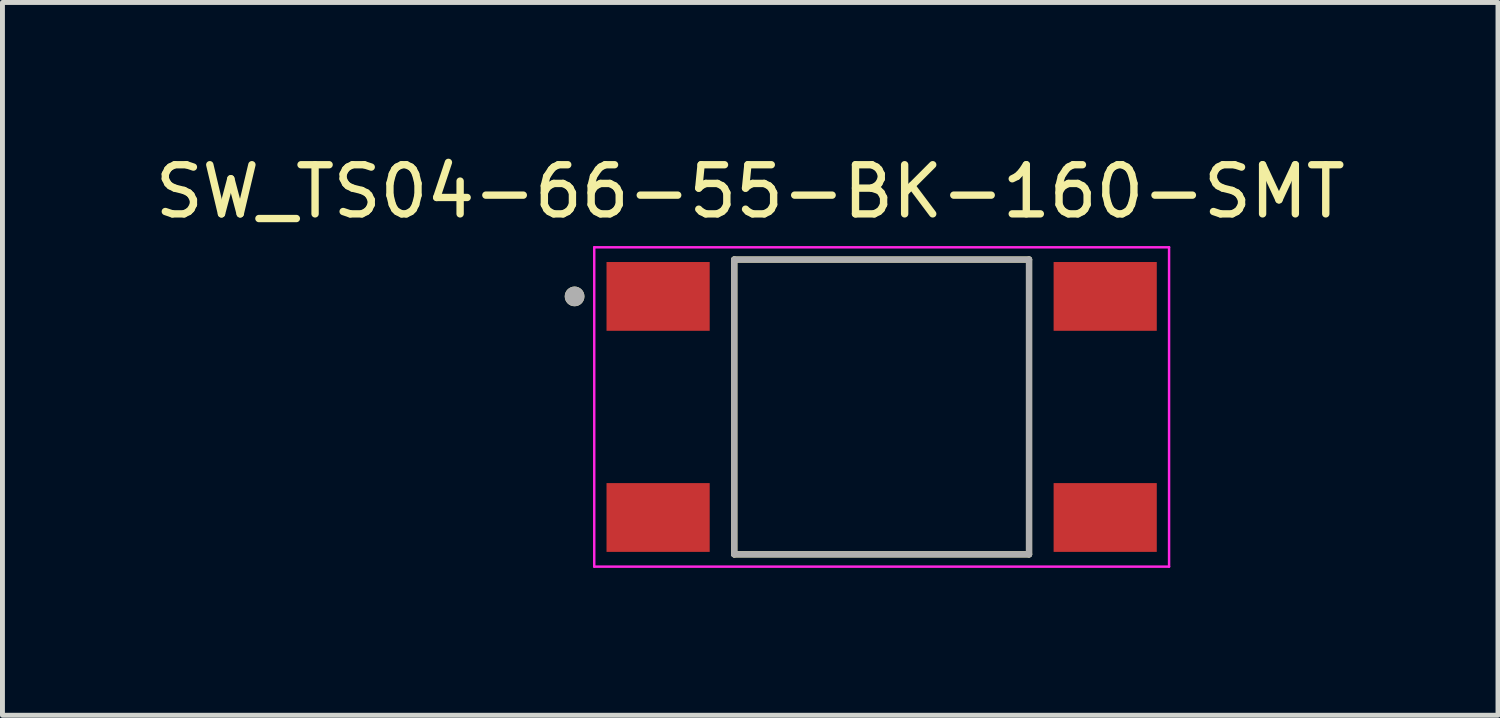
<source format=kicad_pcb>
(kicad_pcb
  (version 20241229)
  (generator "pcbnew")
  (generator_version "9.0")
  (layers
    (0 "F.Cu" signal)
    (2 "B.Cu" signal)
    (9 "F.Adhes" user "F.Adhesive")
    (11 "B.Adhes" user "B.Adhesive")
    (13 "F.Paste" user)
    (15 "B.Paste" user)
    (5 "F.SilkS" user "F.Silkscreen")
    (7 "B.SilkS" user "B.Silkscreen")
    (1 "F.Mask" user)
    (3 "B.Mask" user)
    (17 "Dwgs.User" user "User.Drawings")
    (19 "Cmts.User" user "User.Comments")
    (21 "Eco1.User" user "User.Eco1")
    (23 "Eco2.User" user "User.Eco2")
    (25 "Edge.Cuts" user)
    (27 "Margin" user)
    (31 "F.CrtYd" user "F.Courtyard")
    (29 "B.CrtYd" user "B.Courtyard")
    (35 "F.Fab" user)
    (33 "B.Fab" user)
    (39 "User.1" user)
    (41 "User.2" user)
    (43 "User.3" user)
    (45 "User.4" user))
  (footprint "SW_TS04-66-55-BK-160-SMT"
    (layer "F.Cu")
    (at 14.895 5.233)
    (property "Reference" "SW_TS04-66-55-BK-160-SMT" (at -2.675 -4.385 0) (layer "F.SilkS") (effects (font (size 1 1) (thickness 0.15))))
    (attr smd)
    (fp_line (start -3 -3) (end -3 3) (stroke (width 0.127) (type solid)) (layer "F.SilkS"))
    (fp_line (start -3 3) (end 3 3) (stroke (width 0.127) (type solid)) (layer "F.SilkS"))
    (fp_line (start 3 -3) (end -3 -3) (stroke (width 0.127) (type solid)) (layer "F.SilkS"))
    (fp_line (start 3 3) (end 3 -3) (stroke (width 0.127) (type solid)) (layer "F.SilkS"))
    (fp_circle (center -6.25 -2.25) (end -6.15 -2.25) (stroke (width 0.2) (type solid)) (fill no) (layer "F.SilkS"))
    (fp_line (start -5.85 -3.25) (end -5.85 3.25) (stroke (width 0.05) (type solid)) (layer "F.CrtYd"))
    (fp_line (start -5.85 3.25) (end 5.85 3.25) (stroke (width 0.05) (type solid)) (layer "F.CrtYd"))
    (fp_line (start 5.85 -3.25) (end -5.85 -3.25) (stroke (width 0.05) (type solid)) (layer "F.CrtYd"))
    (fp_line (start 5.85 3.25) (end 5.85 -3.25) (stroke (width 0.05) (type solid)) (layer "F.CrtYd"))
    (fp_line (start -3 -3) (end -3 3) (stroke (width 0.127) (type solid)) (layer "F.Fab"))
    (fp_line (start -3 3) (end 3 3) (stroke (width 0.127) (type solid)) (layer "F.Fab"))
    (fp_line (start 3 -3) (end -3 -3) (stroke (width 0.127) (type solid)) (layer "F.Fab"))
    (fp_line (start 3 3) (end 3 -3) (stroke (width 0.127) (type solid)) (layer "F.Fab"))
    (fp_circle (center -6.25 -2.25) (end -6.15 -2.25) (stroke (width 0.2) (type solid)) (fill no) (layer "F.Fab"))
    (pad "1" smd rect (at -4.55 -2.25) (size 2.1 1.4) (layers "F.Cu" "F.Mask" "F.Paste"))
    (pad "2" smd rect (at -4.55 2.25) (size 2.1 1.4) (layers "F.Cu" "F.Mask" "F.Paste"))
    (pad "3" smd rect (at 4.55 -2.25) (size 2.1 1.4) (layers "F.Cu" "F.Mask" "F.Paste"))
    (pad "4" smd rect (at 4.55 2.25) (size 2.1 1.4) (layers "F.Cu" "F.Mask" "F.Paste")))
  (gr_rect
    (start -3 -3)
    (end 27.44 11.508)
    (stroke (width 0.1) (type default))
    (fill no)
    (layer "Edge.Cuts")))
</source>
